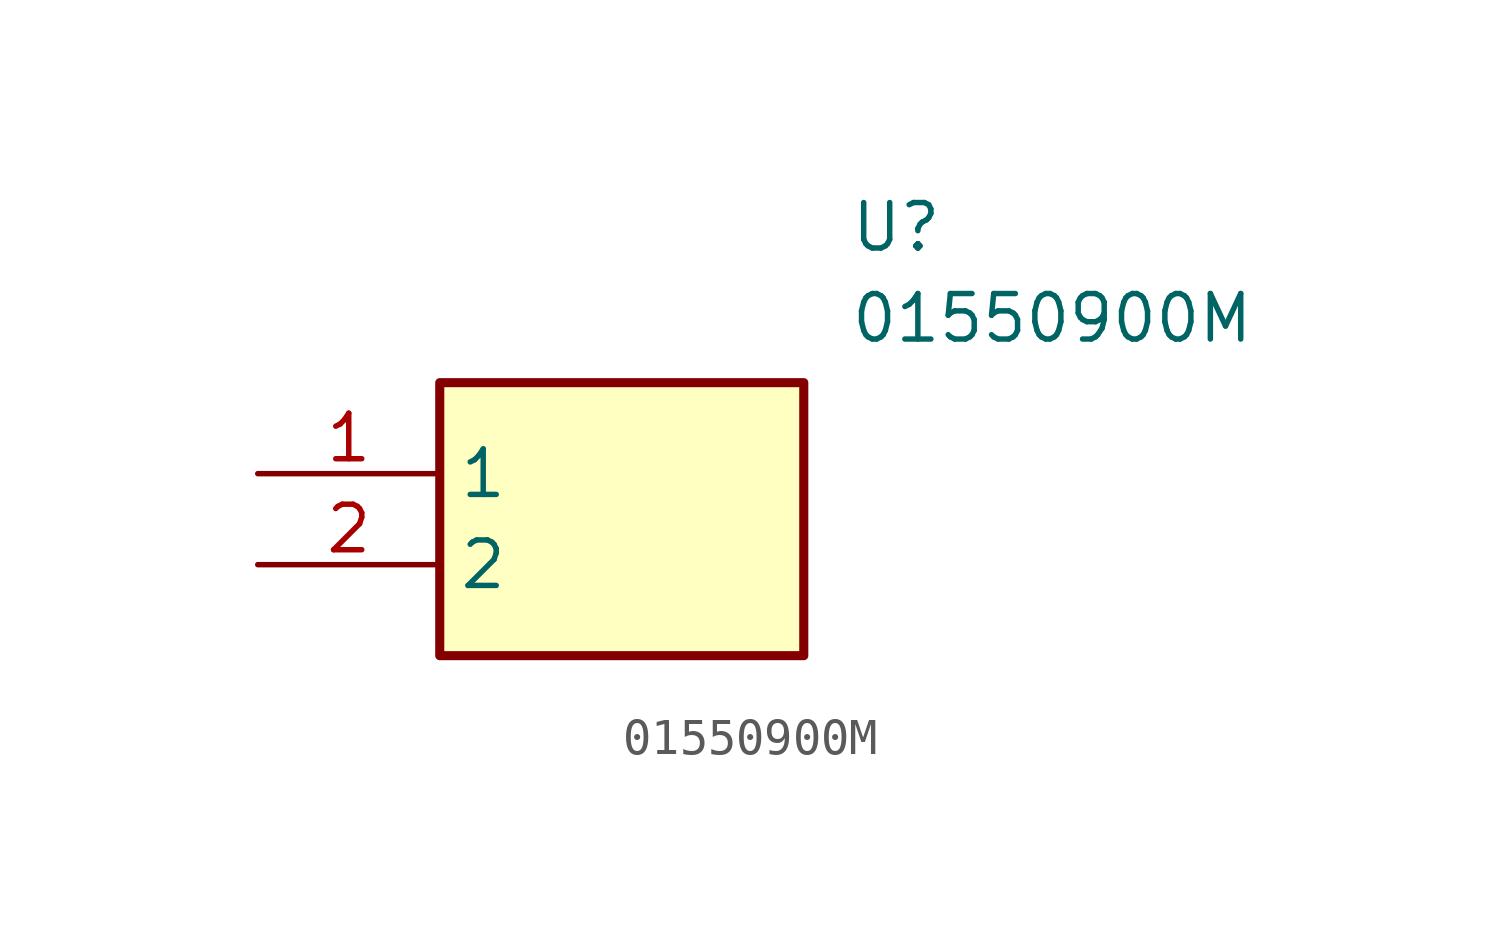
<source format=kicad_sym>
(kicad_symbol_lib
  (version 20211014)
  (generator SamacSys_ECAD_Model)
  (symbol "01550900M"
    (property "Reference" "U"
      (at 16.51 7.62 0)
      (effects (font (size 1.27 1.27)) (justify left top)))
    (property "Value" "01550900M"
      (at 16.51 5.08 0)
      (effects (font (size 1.27 1.27)) (justify left top)))
    (rectangle
      (start 5.08 2.54)
      (end 15.24 -5.08)
      (stroke (width 0.254) (type default))
      (fill (type background)))
    (pin passive line
      (at 0 0 0)
      (length 5.08)
      (name "1" (effects (font (size 1.27 1.27))))
      (number "1" (effects (font (size 1.27 1.27)))))
    (pin passive line
      (at 0 -2.54 0)
      (length 5.08)
      (name "2" (effects (font (size 1.27 1.27))))
      (number "2" (effects (font (size 1.27 1.27)))))))
</source>
